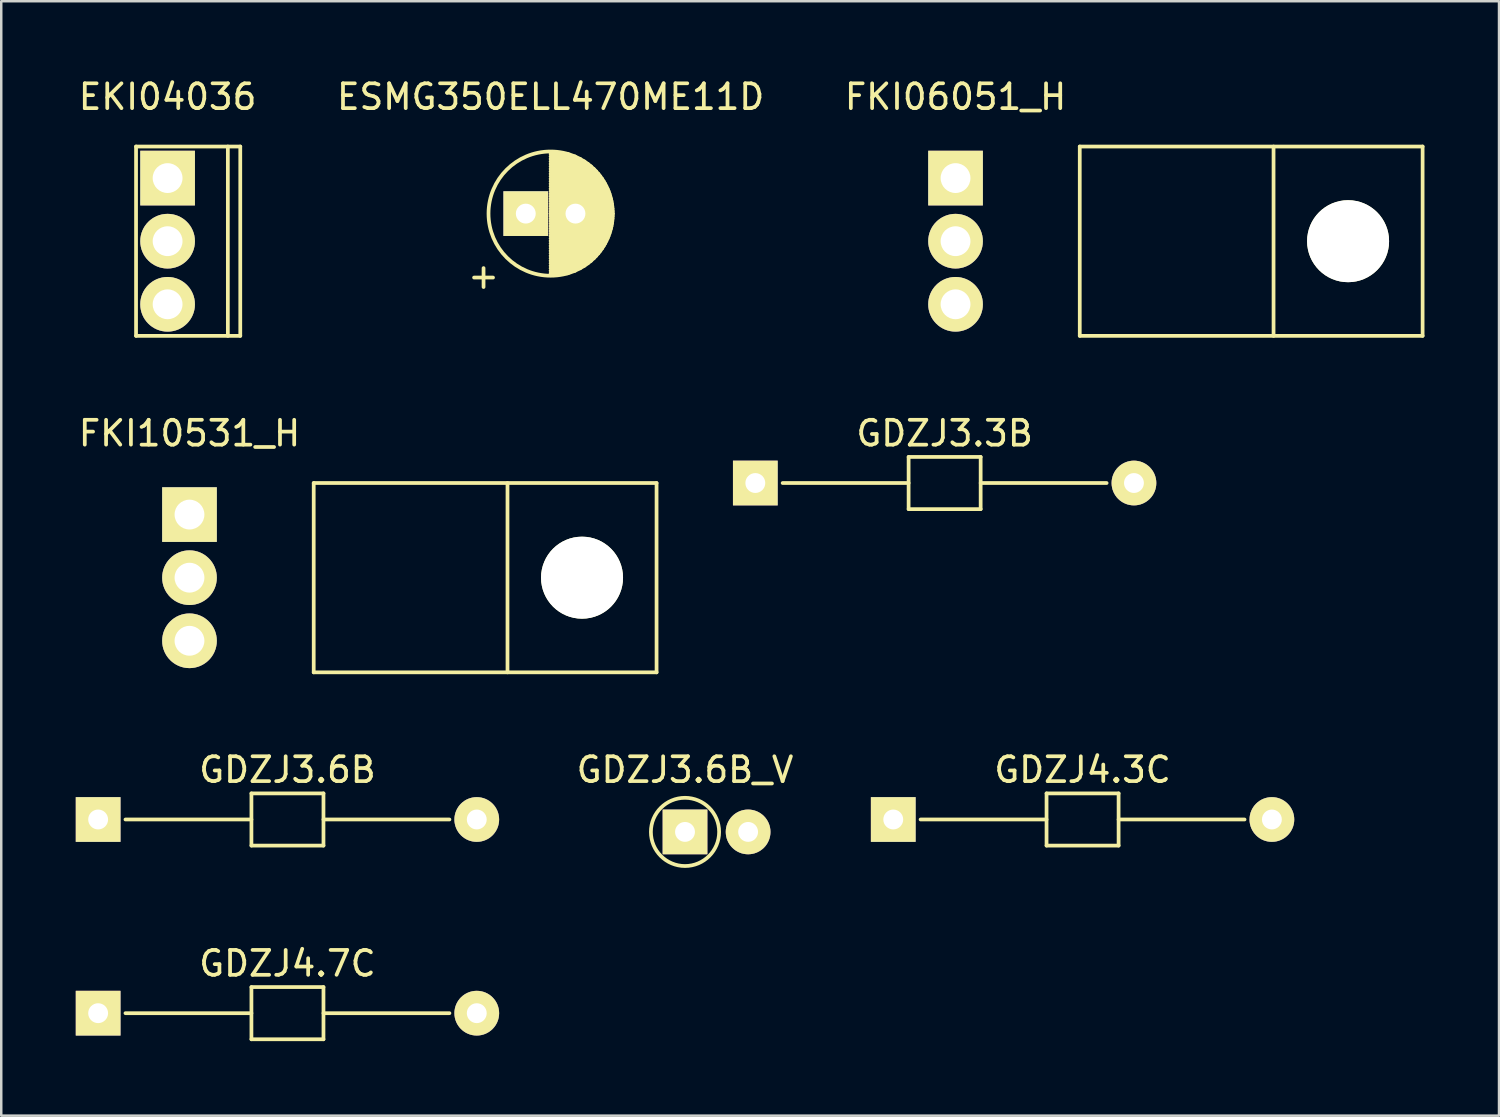
<source format=kicad_pcb>
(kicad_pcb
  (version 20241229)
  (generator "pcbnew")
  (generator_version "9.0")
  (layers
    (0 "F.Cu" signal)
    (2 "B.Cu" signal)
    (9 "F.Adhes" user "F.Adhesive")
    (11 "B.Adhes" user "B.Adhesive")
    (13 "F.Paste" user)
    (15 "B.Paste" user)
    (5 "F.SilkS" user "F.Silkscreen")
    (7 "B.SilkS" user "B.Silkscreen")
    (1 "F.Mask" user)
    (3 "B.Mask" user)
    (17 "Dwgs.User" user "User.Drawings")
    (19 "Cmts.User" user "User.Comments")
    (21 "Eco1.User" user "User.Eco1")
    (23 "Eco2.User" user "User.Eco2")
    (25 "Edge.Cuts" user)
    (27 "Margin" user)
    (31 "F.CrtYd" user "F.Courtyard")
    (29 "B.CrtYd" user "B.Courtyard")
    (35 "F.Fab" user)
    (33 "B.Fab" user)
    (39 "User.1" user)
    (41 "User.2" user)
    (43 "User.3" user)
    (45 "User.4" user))
  (footprint "GDZJ3.6B"
    (layer "F.Cu")
    (at 0.9 29.935)
    (property "Reference" "GDZJ3.6B" (at 7.62 -2 0) (layer "F.SilkS") (effects (font (size 1 1) (thickness 0.15))))
    (attr through_hole)
    (fp_line (start 1.1 0) (end 6.17 0) (stroke (width 0.15) (type solid)) (layer "F.SilkS"))
    (fp_line (start 6.17 -1.05) (end 6.17 1.05) (stroke (width 0.15) (type solid)) (layer "F.SilkS"))
    (fp_line (start 6.17 -1.05) (end 9.07 -1.05) (stroke (width 0.15) (type solid)) (layer "F.SilkS"))
    (fp_line (start 6.17 1.05) (end 9.07 1.05) (stroke (width 0.15) (type solid)) (layer "F.SilkS"))
    (fp_line (start 9.07 0) (end 14.14 0) (stroke (width 0.15) (type solid)) (layer "F.SilkS"))
    (fp_line (start 9.07 1.05) (end 9.07 -1.05) (stroke (width 0.15) (type solid)) (layer "F.SilkS"))
    (pad "1" thru_hole rect (at 0 0) (size 1.8 1.8) (drill 0.8) (layers "*.Cu" "*.Mask" "F.SilkS"))
    (pad "2" thru_hole circle (at 15.24 0) (size 1.8 1.8) (drill 0.8) (layers "*.Cu" "*.Mask" "F.SilkS")))
  (footprint "GDZJ3.3B"
    (layer "F.Cu")
    (at 27.352 16.392)
    (property "Reference" "GDZJ3.3B" (at 7.62 -2 0) (layer "F.SilkS") (effects (font (size 1 1) (thickness 0.15))))
    (attr through_hole)
    (fp_line (start 1.1 0) (end 6.17 0) (stroke (width 0.15) (type solid)) (layer "F.SilkS"))
    (fp_line (start 6.17 -1.05) (end 6.17 1.05) (stroke (width 0.15) (type solid)) (layer "F.SilkS"))
    (fp_line (start 6.17 -1.05) (end 9.07 -1.05) (stroke (width 0.15) (type solid)) (layer "F.SilkS"))
    (fp_line (start 6.17 1.05) (end 9.07 1.05) (stroke (width 0.15) (type solid)) (layer "F.SilkS"))
    (fp_line (start 9.07 0) (end 14.14 0) (stroke (width 0.15) (type solid)) (layer "F.SilkS"))
    (fp_line (start 9.07 1.05) (end 9.07 -1.05) (stroke (width 0.15) (type solid)) (layer "F.SilkS"))
    (pad "1" thru_hole rect (at 0 0) (size 1.8 1.8) (drill 0.8) (layers "*.Cu" "*.Mask" "F.SilkS"))
    (pad "2" thru_hole circle (at 15.24 0) (size 1.8 1.8) (drill 0.8) (layers "*.Cu" "*.Mask" "F.SilkS")))
  (footprint "GDZJ4.3C"
    (layer "F.Cu")
    (at 32.904 29.935)
    (property "Reference" "GDZJ4.3C" (at 7.62 -2 0) (layer "F.SilkS") (effects (font (size 1 1) (thickness 0.15))))
    (attr through_hole)
    (fp_line (start 1.1 0) (end 6.17 0) (stroke (width 0.15) (type solid)) (layer "F.SilkS"))
    (fp_line (start 6.17 -1.05) (end 6.17 1.05) (stroke (width 0.15) (type solid)) (layer "F.SilkS"))
    (fp_line (start 6.17 -1.05) (end 9.07 -1.05) (stroke (width 0.15) (type solid)) (layer "F.SilkS"))
    (fp_line (start 6.17 1.05) (end 9.07 1.05) (stroke (width 0.15) (type solid)) (layer "F.SilkS"))
    (fp_line (start 9.07 0) (end 14.14 0) (stroke (width 0.15) (type solid)) (layer "F.SilkS"))
    (fp_line (start 9.07 1.05) (end 9.07 -1.05) (stroke (width 0.15) (type solid)) (layer "F.SilkS"))
    (pad "1" thru_hole rect (at 0 0) (size 1.8 1.8) (drill 0.8) (layers "*.Cu" "*.Mask" "F.SilkS"))
    (pad "2" thru_hole circle (at 15.24 0) (size 1.8 1.8) (drill 0.8) (layers "*.Cu" "*.Mask" "F.SilkS")))
  (footprint "GDZJ4.7C"
    (layer "F.Cu")
    (at 0.9 37.731)
    (property "Reference" "GDZJ4.7C" (at 7.62 -2 0) (layer "F.SilkS") (effects (font (size 1 1) (thickness 0.15))))
    (attr through_hole)
    (fp_line (start 1.1 0) (end 6.17 0) (stroke (width 0.15) (type solid)) (layer "F.SilkS"))
    (fp_line (start 6.17 -1.05) (end 6.17 1.05) (stroke (width 0.15) (type solid)) (layer "F.SilkS"))
    (fp_line (start 6.17 -1.05) (end 9.07 -1.05) (stroke (width 0.15) (type solid)) (layer "F.SilkS"))
    (fp_line (start 6.17 1.05) (end 9.07 1.05) (stroke (width 0.15) (type solid)) (layer "F.SilkS"))
    (fp_line (start 9.07 0) (end 14.14 0) (stroke (width 0.15) (type solid)) (layer "F.SilkS"))
    (fp_line (start 9.07 1.05) (end 9.07 -1.05) (stroke (width 0.15) (type solid)) (layer "F.SilkS"))
    (pad "1" thru_hole rect (at 0 0) (size 1.8 1.8) (drill 0.8) (layers "*.Cu" "*.Mask" "F.SilkS"))
    (pad "2" thru_hole circle (at 15.24 0) (size 1.8 1.8) (drill 0.8) (layers "*.Cu" "*.Mask" "F.SilkS")))
  (footprint "EKI04036"
    (layer "F.Cu")
    (at 3.696 4.118)
    (property "Reference" "EKI04036" (at 0 -3.27 0) (layer "F.SilkS") (effects (font (size 1 1) (thickness 0.15))))
    (attr through_hole)
    (fp_line (start -1.27 -1.27) (end -1.27 6.35) (stroke (width 0.15) (type solid)) (layer "F.SilkS"))
    (fp_line (start -1.27 -1.27) (end 2.925 -1.27) (stroke (width 0.15) (type solid)) (layer "F.SilkS"))
    (fp_line (start -1.27 6.35) (end 2.925 6.35) (stroke (width 0.15) (type solid)) (layer "F.SilkS"))
    (fp_line (start 2.425 -1.27) (end 2.425 6.35) (stroke (width 0.15) (type solid)) (layer "F.SilkS"))
    (fp_line (start 2.925 -1.27) (end 2.925 6.35) (stroke (width 0.15) (type solid)) (layer "F.SilkS"))
    (pad "1" thru_hole rect (at 0 0) (size 2.2 2.2) (drill 1.2) (layers "*.Cu" "*.Mask" "F.SilkS"))
    (pad "2" thru_hole circle (at 0 2.54) (size 2.2 2.2) (drill 1.2) (layers "*.Cu" "*.Mask" "F.SilkS"))
    (pad "3" thru_hole circle (at 0 5.08) (size 2.2 2.2) (drill 1.2) (layers "*.Cu" "*.Mask" "F.SilkS")))
  (footprint "FKI06051_H"
    (layer "F.Cu")
    (at 35.411 4.118)
    (property "Reference" "FKI06051_H" (at 0 -3.27 0) (layer "F.SilkS") (effects (font (size 1 1) (thickness 0.15))))
    (attr through_hole)
    (fp_line (start 5 -1.27) (end 5 6.35) (stroke (width 0.15) (type solid)) (layer "F.SilkS"))
    (fp_line (start 5 -1.27) (end 18.8 -1.27) (stroke (width 0.15) (type solid)) (layer "F.SilkS"))
    (fp_line (start 5 6.35) (end 18.8 6.35) (stroke (width 0.15) (type solid)) (layer "F.SilkS"))
    (fp_line (start 12.8 -1.27) (end 12.8 6.35) (stroke (width 0.15) (type solid)) (layer "F.SilkS"))
    (fp_line (start 18.8 -1.27) (end 18.8 6.35) (stroke (width 0.15) (type solid)) (layer "F.SilkS"))
    (pad "" np_thru_hole circle (at 15.8 2.54) (size 3.3 3.3) (drill 3.3) (layers "*.Cu" "*.Mask" "F.SilkS"))
    (pad "1" thru_hole rect (at 0 0) (size 2.2 2.2) (drill 1.2) (layers "*.Cu" "*.Mask" "F.SilkS"))
    (pad "2" thru_hole circle (at 0 2.54) (size 2.2 2.2) (drill 1.2) (layers "*.Cu" "*.Mask" "F.SilkS"))
    (pad "3" thru_hole circle (at 0 5.08) (size 2.2 2.2) (drill 1.2) (layers "*.Cu" "*.Mask" "F.SilkS")))
  (footprint "FKI10531_H"
    (layer "F.Cu")
    (at 4.577 17.662)
    (property "Reference" "FKI10531_H" (at 0 -3.27 0) (layer "F.SilkS") (effects (font (size 1 1) (thickness 0.15))))
    (attr through_hole)
    (fp_line (start 5 -1.27) (end 5 6.35) (stroke (width 0.15) (type solid)) (layer "F.SilkS"))
    (fp_line (start 5 -1.27) (end 18.8 -1.27) (stroke (width 0.15) (type solid)) (layer "F.SilkS"))
    (fp_line (start 5 6.35) (end 18.8 6.35) (stroke (width 0.15) (type solid)) (layer "F.SilkS"))
    (fp_line (start 12.8 -1.27) (end 12.8 6.35) (stroke (width 0.15) (type solid)) (layer "F.SilkS"))
    (fp_line (start 18.8 -1.27) (end 18.8 6.35) (stroke (width 0.15) (type solid)) (layer "F.SilkS"))
    (pad "" np_thru_hole circle (at 15.8 2.54) (size 3.3 3.3) (drill 3.3) (layers "*.Cu" "*.Mask" "F.SilkS"))
    (pad "1" thru_hole rect (at 0 0) (size 2.2 2.2) (drill 1.2) (layers "*.Cu" "*.Mask" "F.SilkS"))
    (pad "2" thru_hole circle (at 0 2.54) (size 2.2 2.2) (drill 1.2) (layers "*.Cu" "*.Mask" "F.SilkS"))
    (pad "3" thru_hole circle (at 0 5.08) (size 2.2 2.2) (drill 1.2) (layers "*.Cu" "*.Mask" "F.SilkS")))
  (footprint "GDZJ3.6B_V"
    (layer "F.Cu")
    (at 24.522 30.435)
    (property "Reference" "GDZJ3.6B_V" (at 0 -2.5 0) (layer "F.SilkS") (effects (font (size 1 1) (thickness 0.15))))
    (attr through_hole)
    (fp_circle (center 0 0) (end 0 -1.373) (stroke (width 0.15) (type solid)) (fill no) (layer "F.SilkS"))
    (pad "1" thru_hole rect (at 0 0) (size 1.8 1.8) (drill 0.8) (layers "*.Cu" "*.Mask" "F.SilkS"))
    (pad "2" thru_hole circle (at 2.54 0) (size 1.8 1.8) (drill 0.8) (layers "*.Cu" "*.Mask" "F.SilkS")))
  (footprint "ESMG350ELL470ME11D"
    (layer "F.Cu")
    (at 18.113 5.548)
    (property "Reference" "ESMG350ELL470ME11D" (at 1 -4.7 0) (layer "F.SilkS") (effects (font (size 1 1) (thickness 0.15))))
    (attr through_hole)
    (fp_line (start 1 -2.4) (end 1.7 -2.4) (stroke (width 0.15) (type solid)) (layer "F.SilkS"))
    (fp_line (start 1 -2.3) (end 1.98 -2.3) (stroke (width 0.15) (type solid)) (layer "F.SilkS"))
    (fp_line (start 1 -2.2) (end 2.187 -2.2) (stroke (width 0.15) (type solid)) (layer "F.SilkS"))
    (fp_line (start 1 -2.1) (end 2.356 -2.1) (stroke (width 0.15) (type solid)) (layer "F.SilkS"))
    (fp_line (start 1 -2) (end 2.5 -2) (stroke (width 0.15) (type solid)) (layer "F.SilkS"))
    (fp_line (start 1 -1.9) (end 2.625 -1.9) (stroke (width 0.15) (type solid)) (layer "F.SilkS"))
    (fp_line (start 1 -1.8) (end 2.735 -1.8) (stroke (width 0.15) (type solid)) (layer "F.SilkS"))
    (fp_line (start 1 -1.7) (end 2.833 -1.7) (stroke (width 0.15) (type solid)) (layer "F.SilkS"))
    (fp_line (start 1 -1.6) (end 2.921 -1.6) (stroke (width 0.15) (type solid)) (layer "F.SilkS"))
    (fp_line (start 1 -1.5) (end 3 -1.5) (stroke (width 0.15) (type solid)) (layer "F.SilkS"))
    (fp_line (start 1 -1.4) (end 3.071 -1.4) (stroke (width 0.15) (type solid)) (layer "F.SilkS"))
    (fp_line (start 1 -1.3) (end 3.135 -1.3) (stroke (width 0.15) (type solid)) (layer "F.SilkS"))
    (fp_line (start 1 -1.2) (end 3.193 -1.2) (stroke (width 0.15) (type solid)) (layer "F.SilkS"))
    (fp_line (start 1 -1.1) (end 3.245 -1.1) (stroke (width 0.15) (type solid)) (layer "F.SilkS"))
    (fp_line (start 1 -1) (end 3.291 -1) (stroke (width 0.15) (type solid)) (layer "F.SilkS"))
    (fp_line (start 1 -0.9) (end 3.332 -0.9) (stroke (width 0.15) (type solid)) (layer "F.SilkS"))
    (fp_line (start 1 -0.8) (end 3.369 -0.8) (stroke (width 0.15) (type solid)) (layer "F.SilkS"))
    (fp_line (start 1 -0.7) (end 3.4 -0.7) (stroke (width 0.15) (type solid)) (layer "F.SilkS"))
    (fp_line (start 1 -0.6) (end 3.427 -0.6) (stroke (width 0.15) (type solid)) (layer "F.SilkS"))
    (fp_line (start 1 -0.5) (end 3.449 -0.5) (stroke (width 0.15) (type solid)) (layer "F.SilkS"))
    (fp_line (start 1 -0.4) (end 3.468 -0.4) (stroke (width 0.15) (type solid)) (layer "F.SilkS"))
    (fp_line (start 1 -0.3) (end 3.482 -0.3) (stroke (width 0.15) (type solid)) (layer "F.SilkS"))
    (fp_line (start 1 -0.2) (end 3.492 -0.2) (stroke (width 0.15) (type solid)) (layer "F.SilkS"))
    (fp_line (start 1 -0.1) (end 3.498 -0.1) (stroke (width 0.15) (type solid)) (layer "F.SilkS"))
    (fp_line (start 1 0) (end 3.5 0) (stroke (width 0.15) (type solid)) (layer "F.SilkS"))
    (fp_line (start 1 0) (end 3.5 0) (stroke (width 0.15) (type solid)) (layer "F.SilkS"))
    (fp_line (start 1 0.1) (end 3.498 0.1) (stroke (width 0.15) (type solid)) (layer "F.SilkS"))
    (fp_line (start 1 0.2) (end 3.492 0.2) (stroke (width 0.15) (type solid)) (layer "F.SilkS"))
    (fp_line (start 1 0.3) (end 3.482 0.3) (stroke (width 0.15) (type solid)) (layer "F.SilkS"))
    (fp_line (start 1 0.4) (end 3.468 0.4) (stroke (width 0.15) (type solid)) (layer "F.SilkS"))
    (fp_line (start 1 0.5) (end 3.449 0.5) (stroke (width 0.15) (type solid)) (layer "F.SilkS"))
    (fp_line (start 1 0.6) (end 3.427 0.6) (stroke (width 0.15) (type solid)) (layer "F.SilkS"))
    (fp_line (start 1 0.7) (end 3.4 0.7) (stroke (width 0.15) (type solid)) (layer "F.SilkS"))
    (fp_line (start 1 0.8) (end 3.369 0.8) (stroke (width 0.15) (type solid)) (layer "F.SilkS"))
    (fp_line (start 1 0.9) (end 3.332 0.9) (stroke (width 0.15) (type solid)) (layer "F.SilkS"))
    (fp_line (start 1 1) (end 3.291 1) (stroke (width 0.15) (type solid)) (layer "F.SilkS"))
    (fp_line (start 1 1.1) (end 3.245 1.1) (stroke (width 0.15) (type solid)) (layer "F.SilkS"))
    (fp_line (start 1 1.2) (end 3.193 1.2) (stroke (width 0.15) (type solid)) (layer "F.SilkS"))
    (fp_line (start 1 1.3) (end 3.135 1.3) (stroke (width 0.15) (type solid)) (layer "F.SilkS"))
    (fp_line (start 1 1.4) (end 3.071 1.4) (stroke (width 0.15) (type solid)) (layer "F.SilkS"))
    (fp_line (start 1 1.5) (end 3 1.5) (stroke (width 0.15) (type solid)) (layer "F.SilkS"))
    (fp_line (start 1 1.6) (end 2.921 1.6) (stroke (width 0.15) (type solid)) (layer "F.SilkS"))
    (fp_line (start 1 1.7) (end 2.833 1.7) (stroke (width 0.15) (type solid)) (layer "F.SilkS"))
    (fp_line (start 1 1.8) (end 2.735 1.8) (stroke (width 0.15) (type solid)) (layer "F.SilkS"))
    (fp_line (start 1 1.9) (end 2.625 1.9) (stroke (width 0.15) (type solid)) (layer "F.SilkS"))
    (fp_line (start 1 2) (end 2.5 2) (stroke (width 0.15) (type solid)) (layer "F.SilkS"))
    (fp_line (start 1 2.1) (end 2.356 2.1) (stroke (width 0.15) (type solid)) (layer "F.SilkS"))
    (fp_line (start 1 2.2) (end 2.187 2.2) (stroke (width 0.15) (type solid)) (layer "F.SilkS"))
    (fp_line (start 1 2.3) (end 1.98 2.3) (stroke (width 0.15) (type solid)) (layer "F.SilkS"))
    (fp_line (start 1 2.4) (end 1.7 2.4) (stroke (width 0.15) (type solid)) (layer "F.SilkS"))
    (fp_circle (center 1 0) (end 1 -2.5) (stroke (width 0.15) (type solid)) (fill no) (layer "F.SilkS"))
    (fp_text user "+" (at -1.7 2.5 0) (layer "F.SilkS") (effects (font (size 1 1) (thickness 0.15))))
    (pad "1" thru_hole rect (at 0 0) (size 1.8 1.8) (drill 0.8) (layers "*.Cu" "*.Mask" "F.SilkS"))
    (pad "2" thru_hole circle (at 2 0) (size 1.8 1.8) (drill 0.8) (layers "*.Cu" "*.Mask" "F.SilkS")))
  (gr_rect
    (start -3 -3)
    (end 57.286 41.856)
    (stroke (width 0.1) (type default))
    (fill no)
    (layer "Edge.Cuts")))
</source>
